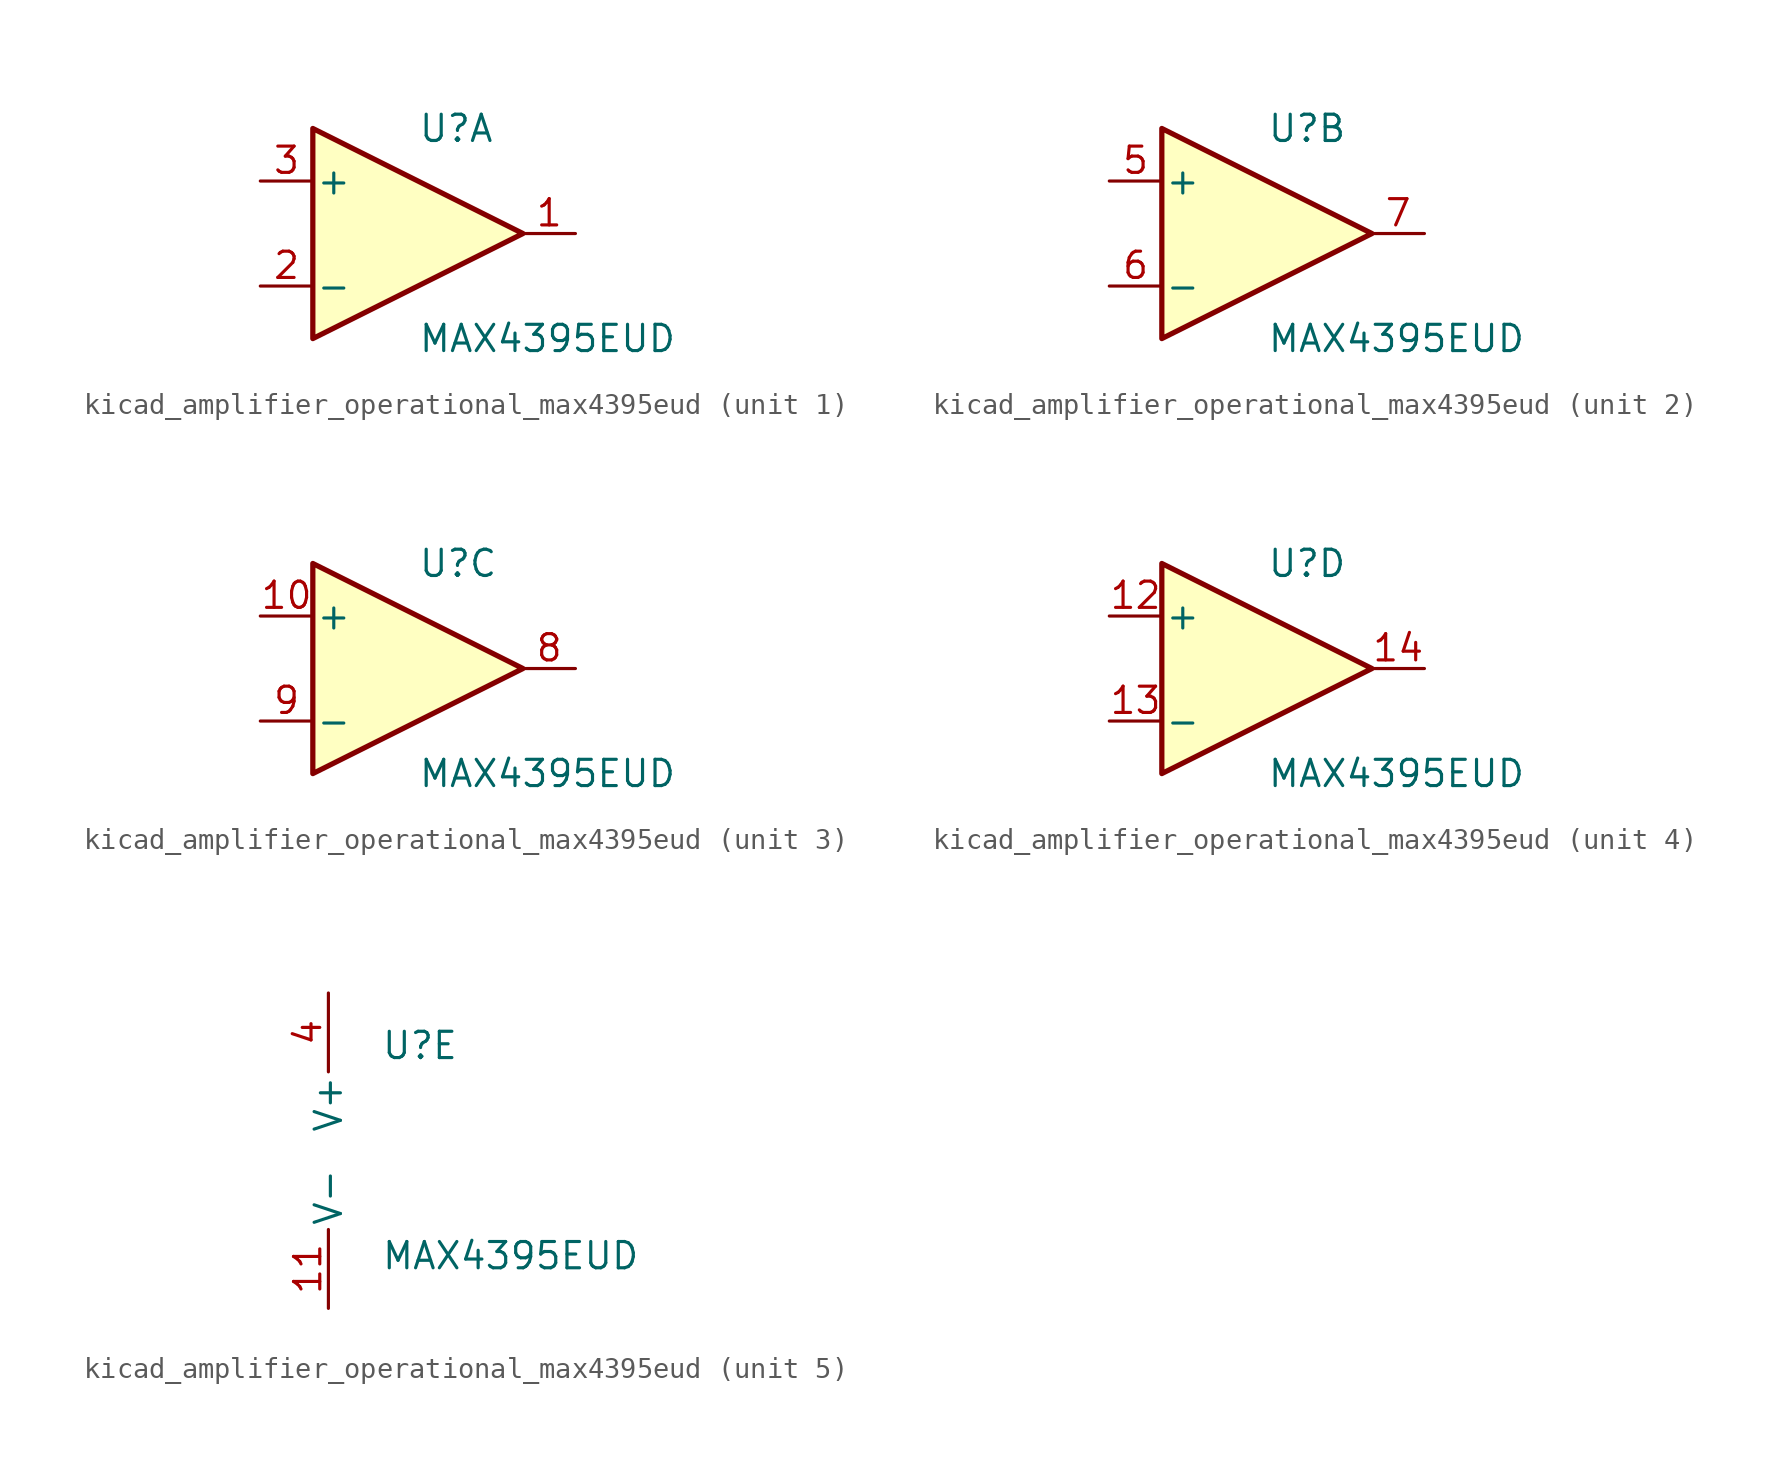
<source format=kicad_sym>
(kicad_symbol_lib
  (version 20220914)
  (generator kicad_symbol_editor)
  (symbol "kicad_amplifier_operational_max4395eud"
    (pin_names
      (offset 0.127))
    (property "Reference" "U"
      (at 0 5.08 0)
      (effects (font (size 1.27 1.27)) (justify left)))
    (property "Value" "MAX4395EUD"
      (at 0 -5.08 0)
      (effects (font (size 1.27 1.27)) (justify left)))
    (property "ki_locked" ""
      (at 0 0 0)
      (effects (font (size 1.27 1.27))))
    (symbol "kicad_amplifier_operational_max4395eud_1_1"
      (polyline (pts (xy -5.08 5.08) (xy 5.08 0) (xy -5.08 -5.08) (xy -5.08 5.08)) (stroke (width 0.254) (type default)) (fill (type background)))
      (pin output line (at 7.62 0 180) (length 2.54) (name "~" (effects (font (size 1.27 1.27)))) (number "1" (effects (font (size 1.27 1.27)))))
      (pin input line (at -7.62 -2.54 0) (length 2.54) (name "-" (effects (font (size 1.27 1.27)))) (number "2" (effects (font (size 1.27 1.27)))))
      (pin input line (at -7.62 2.54 0) (length 2.54) (name "+" (effects (font (size 1.27 1.27)))) (number "3" (effects (font (size 1.27 1.27))))))
    (symbol "kicad_amplifier_operational_max4395eud_2_1"
      (polyline (pts (xy -5.08 5.08) (xy 5.08 0) (xy -5.08 -5.08) (xy -5.08 5.08)) (stroke (width 0.254) (type default)) (fill (type background)))
      (pin input line (at -7.62 2.54 0) (length 2.54) (name "+" (effects (font (size 1.27 1.27)))) (number "5" (effects (font (size 1.27 1.27)))))
      (pin input line (at -7.62 -2.54 0) (length 2.54) (name "-" (effects (font (size 1.27 1.27)))) (number "6" (effects (font (size 1.27 1.27)))))
      (pin output line (at 7.62 0 180) (length 2.54) (name "~" (effects (font (size 1.27 1.27)))) (number "7" (effects (font (size 1.27 1.27))))))
    (symbol "kicad_amplifier_operational_max4395eud_3_1"
      (polyline (pts (xy -5.08 5.08) (xy 5.08 0) (xy -5.08 -5.08) (xy -5.08 5.08)) (stroke (width 0.254) (type default)) (fill (type background)))
      (pin input line (at -7.62 2.54 0) (length 2.54) (name "+" (effects (font (size 1.27 1.27)))) (number "10" (effects (font (size 1.27 1.27)))))
      (pin output line (at 7.62 0 180) (length 2.54) (name "~" (effects (font (size 1.27 1.27)))) (number "8" (effects (font (size 1.27 1.27)))))
      (pin input line (at -7.62 -2.54 0) (length 2.54) (name "-" (effects (font (size 1.27 1.27)))) (number "9" (effects (font (size 1.27 1.27))))))
    (symbol "kicad_amplifier_operational_max4395eud_4_1"
      (polyline (pts (xy -5.08 5.08) (xy 5.08 0) (xy -5.08 -5.08) (xy -5.08 5.08)) (stroke (width 0.254) (type default)) (fill (type background)))
      (pin input line (at -7.62 2.54 0) (length 2.54) (name "+" (effects (font (size 1.27 1.27)))) (number "12" (effects (font (size 1.27 1.27)))))
      (pin input line (at -7.62 -2.54 0) (length 2.54) (name "-" (effects (font (size 1.27 1.27)))) (number "13" (effects (font (size 1.27 1.27)))))
      (pin output line (at 7.62 0 180) (length 2.54) (name "~" (effects (font (size 1.27 1.27)))) (number "14" (effects (font (size 1.27 1.27))))))
    (symbol "kicad_amplifier_operational_max4395eud_5_1"
      (pin power_in line (at -2.54 -7.62 90) (length 3.81) (name "V-" (effects (font (size 1.27 1.27)))) (number "11" (effects (font (size 1.27 1.27)))))
      (pin power_in line (at -2.54 7.62 270) (length 3.81) (name "V+" (effects (font (size 1.27 1.27)))) (number "4" (effects (font (size 1.27 1.27))))))))
</source>
